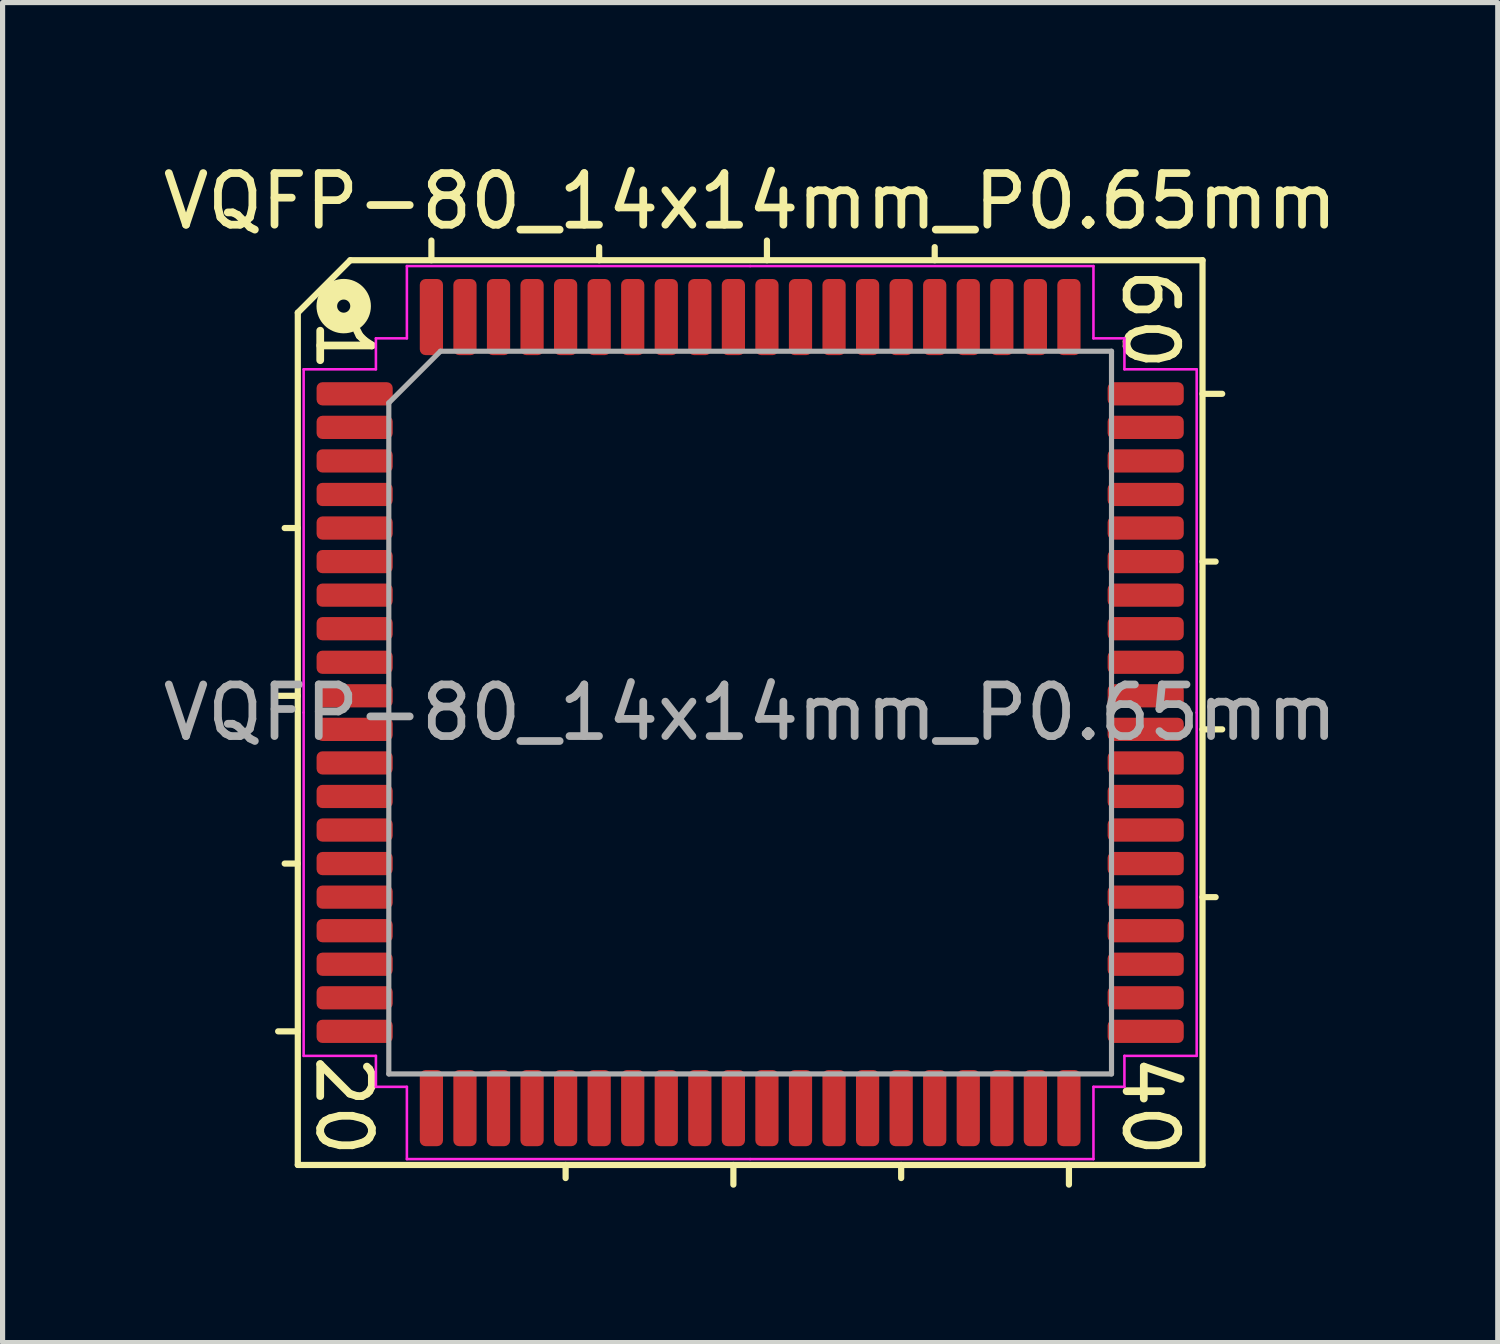
<source format=kicad_pcb>
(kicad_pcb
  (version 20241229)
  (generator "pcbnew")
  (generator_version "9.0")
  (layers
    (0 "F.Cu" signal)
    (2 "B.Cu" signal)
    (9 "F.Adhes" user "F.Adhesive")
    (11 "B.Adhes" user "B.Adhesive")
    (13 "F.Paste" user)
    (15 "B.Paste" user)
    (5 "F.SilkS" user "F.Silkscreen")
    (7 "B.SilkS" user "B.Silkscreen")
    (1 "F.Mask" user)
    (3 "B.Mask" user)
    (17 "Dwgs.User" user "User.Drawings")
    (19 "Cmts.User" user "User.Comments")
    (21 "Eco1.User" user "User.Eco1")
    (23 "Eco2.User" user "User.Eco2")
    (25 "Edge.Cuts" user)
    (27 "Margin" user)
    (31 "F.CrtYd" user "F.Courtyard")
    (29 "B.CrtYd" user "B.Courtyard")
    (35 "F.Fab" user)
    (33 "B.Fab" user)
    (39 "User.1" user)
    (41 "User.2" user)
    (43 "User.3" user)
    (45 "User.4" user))
  (footprint "VQFP-80_14x14mm_P0.65mm"
    (layer "F.Cu")
    (at 11.482 10.754)
    (property "Reference" "VQFP-80_14x14mm_P0.65mm" (at 0 -9.906 0) (layer "F.SilkS") (effects (font (size 1 1) (thickness 0.15))))
    (attr smd)
    (fp_line (start -8.763 -7.747) (end -8.763 8.763) (stroke (width 0.12) (type solid)) (layer "F.SilkS"))
    (fp_line (start -8.763 -3.575) (end -9.017 -3.575) (stroke (width 0.12) (type solid)) (layer "F.SilkS"))
    (fp_line (start -8.763 -0.325) (end -9.144 -0.325) (stroke (width 0.12) (type solid)) (layer "F.SilkS"))
    (fp_line (start -8.763 2.925) (end -9.017 2.925) (stroke (width 0.12) (type solid)) (layer "F.SilkS"))
    (fp_line (start -8.763 6.175) (end -9.144 6.175) (stroke (width 0.12) (type solid)) (layer "F.SilkS"))
    (fp_line (start -8.763 8.763) (end 8.763 8.763) (stroke (width 0.12) (type solid)) (layer "F.SilkS"))
    (fp_line (start -7.747 -8.763) (end -8.763 -7.747) (stroke (width 0.12) (type solid)) (layer "F.SilkS"))
    (fp_line (start -6.175 -8.763) (end -6.175 -9.144) (stroke (width 0.12) (type solid)) (layer "F.SilkS"))
    (fp_line (start -3.575 8.763) (end -3.575 9.017) (stroke (width 0.12) (type solid)) (layer "F.SilkS"))
    (fp_line (start -2.925 -8.763) (end -2.925 -9.017) (stroke (width 0.12) (type solid)) (layer "F.SilkS"))
    (fp_line (start -0.325 8.763) (end -0.325 9.144) (stroke (width 0.12) (type solid)) (layer "F.SilkS"))
    (fp_line (start 0.325 -8.763) (end 0.325 -9.144) (stroke (width 0.12) (type solid)) (layer "F.SilkS"))
    (fp_line (start 2.925 8.763) (end 2.925 9.017) (stroke (width 0.12) (type solid)) (layer "F.SilkS"))
    (fp_line (start 3.575 -8.763) (end 3.575 -9.017) (stroke (width 0.12) (type solid)) (layer "F.SilkS"))
    (fp_line (start 6.175 8.763) (end 6.175 9.144) (stroke (width 0.12) (type solid)) (layer "F.SilkS"))
    (fp_line (start 8.763 -8.763) (end -7.747 -8.763) (stroke (width 0.12) (type solid)) (layer "F.SilkS"))
    (fp_line (start 8.763 -6.175) (end 9.144 -6.175) (stroke (width 0.12) (type solid)) (layer "F.SilkS"))
    (fp_line (start 8.763 -2.925) (end 9.017 -2.925) (stroke (width 0.12) (type solid)) (layer "F.SilkS"))
    (fp_line (start 8.763 0.325) (end 9.144 0.325) (stroke (width 0.12) (type solid)) (layer "F.SilkS"))
    (fp_line (start 8.763 3.575) (end 9.017 3.575) (stroke (width 0.12) (type solid)) (layer "F.SilkS"))
    (fp_line (start 8.763 8.763) (end 8.763 -8.763) (stroke (width 0.12) (type solid)) (layer "F.SilkS"))
    (fp_circle (center -7.874 -7.874) (end -7.747 -7.874) (stroke (width 0.4) (type solid)) (fill no) (layer "F.SilkS"))
    (fp_line (start -8.65 -6.65) (end -8.65 0) (stroke (width 0.05) (type solid)) (layer "F.CrtYd"))
    (fp_line (start -8.65 6.65) (end -8.65 0) (stroke (width 0.05) (type solid)) (layer "F.CrtYd"))
    (fp_line (start -7.25 -7.25) (end -7.25 -6.65) (stroke (width 0.05) (type solid)) (layer "F.CrtYd"))
    (fp_line (start -7.25 -6.65) (end -8.65 -6.65) (stroke (width 0.05) (type solid)) (layer "F.CrtYd"))
    (fp_line (start -7.25 6.65) (end -8.65 6.65) (stroke (width 0.05) (type solid)) (layer "F.CrtYd"))
    (fp_line (start -7.25 7.25) (end -7.25 6.65) (stroke (width 0.05) (type solid)) (layer "F.CrtYd"))
    (fp_line (start -6.65 -8.65) (end -6.65 -7.25) (stroke (width 0.05) (type solid)) (layer "F.CrtYd"))
    (fp_line (start -6.65 -7.25) (end -7.25 -7.25) (stroke (width 0.05) (type solid)) (layer "F.CrtYd"))
    (fp_line (start -6.65 7.25) (end -7.25 7.25) (stroke (width 0.05) (type solid)) (layer "F.CrtYd"))
    (fp_line (start -6.65 8.65) (end -6.65 7.25) (stroke (width 0.05) (type solid)) (layer "F.CrtYd"))
    (fp_line (start 0 -8.65) (end -6.65 -8.65) (stroke (width 0.05) (type solid)) (layer "F.CrtYd"))
    (fp_line (start 0 -8.65) (end 6.65 -8.65) (stroke (width 0.05) (type solid)) (layer "F.CrtYd"))
    (fp_line (start 0 8.65) (end -6.65 8.65) (stroke (width 0.05) (type solid)) (layer "F.CrtYd"))
    (fp_line (start 0 8.65) (end 6.65 8.65) (stroke (width 0.05) (type solid)) (layer "F.CrtYd"))
    (fp_line (start 6.65 -8.65) (end 6.65 -7.25) (stroke (width 0.05) (type solid)) (layer "F.CrtYd"))
    (fp_line (start 6.65 -7.25) (end 7.25 -7.25) (stroke (width 0.05) (type solid)) (layer "F.CrtYd"))
    (fp_line (start 6.65 7.25) (end 7.25 7.25) (stroke (width 0.05) (type solid)) (layer "F.CrtYd"))
    (fp_line (start 6.65 8.65) (end 6.65 7.25) (stroke (width 0.05) (type solid)) (layer "F.CrtYd"))
    (fp_line (start 7.25 -7.25) (end 7.25 -6.65) (stroke (width 0.05) (type solid)) (layer "F.CrtYd"))
    (fp_line (start 7.25 -6.65) (end 8.65 -6.65) (stroke (width 0.05) (type solid)) (layer "F.CrtYd"))
    (fp_line (start 7.25 6.65) (end 8.65 6.65) (stroke (width 0.05) (type solid)) (layer "F.CrtYd"))
    (fp_line (start 7.25 7.25) (end 7.25 6.65) (stroke (width 0.05) (type solid)) (layer "F.CrtYd"))
    (fp_line (start 8.65 -6.65) (end 8.65 0) (stroke (width 0.05) (type solid)) (layer "F.CrtYd"))
    (fp_line (start 8.65 6.65) (end 8.65 0) (stroke (width 0.05) (type solid)) (layer "F.CrtYd"))
    (fp_line (start -7 -6) (end -6 -7) (stroke (width 0.1) (type solid)) (layer "F.Fab"))
    (fp_line (start -7 7) (end -7 -6) (stroke (width 0.1) (type solid)) (layer "F.Fab"))
    (fp_line (start -6 -7) (end 7 -7) (stroke (width 0.1) (type solid)) (layer "F.Fab"))
    (fp_line (start 7 -7) (end 7 7) (stroke (width 0.1) (type solid)) (layer "F.Fab"))
    (fp_line (start 7 7) (end -7 7) (stroke (width 0.1) (type solid)) (layer "F.Fab"))
    (fp_text user "40" (at 7.747 7.62 270) (unlocked yes) (layer "F.SilkS") (effects (font (size 1 1) (thickness 0.15))))
    (fp_text user "1" (at -7.874 -7.112 270) (unlocked yes) (layer "F.SilkS") (effects (font (size 1 1) (thickness 0.15))))
    (fp_text user "60" (at 7.747 -7.62 270) (unlocked yes) (layer "F.SilkS") (effects (font (size 1 1) (thickness 0.15))))
    (fp_text user "20" (at -7.874 7.62 270) (unlocked yes) (layer "F.SilkS") (effects (font (size 1 1) (thickness 0.15))))
    (fp_text user "${REFERENCE}" (at 0 0 0) (layer "F.Fab") (effects (font (size 1 1) (thickness 0.15))))
    (pad "1" smd roundrect (at -7.662 -6.175) (size 1.475 0.45) (layers "F.Cu" "F.Mask" "F.Paste") (roundrect_rratio 0.25))
    (pad "2" smd roundrect (at -7.662 -5.525) (size 1.475 0.45) (layers "F.Cu" "F.Mask" "F.Paste") (roundrect_rratio 0.25))
    (pad "3" smd roundrect (at -7.662 -4.875) (size 1.475 0.45) (layers "F.Cu" "F.Mask" "F.Paste") (roundrect_rratio 0.25))
    (pad "4" smd roundrect (at -7.662 -4.225) (size 1.475 0.45) (layers "F.Cu" "F.Mask" "F.Paste") (roundrect_rratio 0.25))
    (pad "5" smd roundrect (at -7.662 -3.575) (size 1.475 0.45) (layers "F.Cu" "F.Mask" "F.Paste") (roundrect_rratio 0.25))
    (pad "6" smd roundrect (at -7.662 -2.925) (size 1.475 0.45) (layers "F.Cu" "F.Mask" "F.Paste") (roundrect_rratio 0.25))
    (pad "7" smd roundrect (at -7.662 -2.275) (size 1.475 0.45) (layers "F.Cu" "F.Mask" "F.Paste") (roundrect_rratio 0.25))
    (pad "8" smd roundrect (at -7.662 -1.625) (size 1.475 0.45) (layers "F.Cu" "F.Mask" "F.Paste") (roundrect_rratio 0.25))
    (pad "9" smd roundrect (at -7.662 -0.975) (size 1.475 0.45) (layers "F.Cu" "F.Mask" "F.Paste") (roundrect_rratio 0.25))
    (pad "10" smd roundrect (at -7.662 -0.325) (size 1.475 0.45) (layers "F.Cu" "F.Mask" "F.Paste") (roundrect_rratio 0.25))
    (pad "11" smd roundrect (at -7.662 0.325) (size 1.475 0.45) (layers "F.Cu" "F.Mask" "F.Paste") (roundrect_rratio 0.25))
    (pad "12" smd roundrect (at -7.662 0.975) (size 1.475 0.45) (layers "F.Cu" "F.Mask" "F.Paste") (roundrect_rratio 0.25))
    (pad "13" smd roundrect (at -7.662 1.625) (size 1.475 0.45) (layers "F.Cu" "F.Mask" "F.Paste") (roundrect_rratio 0.25))
    (pad "14" smd roundrect (at -7.662 2.275) (size 1.475 0.45) (layers "F.Cu" "F.Mask" "F.Paste") (roundrect_rratio 0.25))
    (pad "15" smd roundrect (at -7.662 2.925) (size 1.475 0.45) (layers "F.Cu" "F.Mask" "F.Paste") (roundrect_rratio 0.25))
    (pad "16" smd roundrect (at -7.662 3.575) (size 1.475 0.45) (layers "F.Cu" "F.Mask" "F.Paste") (roundrect_rratio 0.25))
    (pad "17" smd roundrect (at -7.662 4.225) (size 1.475 0.45) (layers "F.Cu" "F.Mask" "F.Paste") (roundrect_rratio 0.25))
    (pad "18" smd roundrect (at -7.662 4.875) (size 1.475 0.45) (layers "F.Cu" "F.Mask" "F.Paste") (roundrect_rratio 0.25))
    (pad "19" smd roundrect (at -7.662 5.525) (size 1.475 0.45) (layers "F.Cu" "F.Mask" "F.Paste") (roundrect_rratio 0.25))
    (pad "20" smd roundrect (at -7.662 6.175) (size 1.475 0.45) (layers "F.Cu" "F.Mask" "F.Paste") (roundrect_rratio 0.25))
    (pad "21" smd roundrect (at -6.175 7.662) (size 0.45 1.475) (layers "F.Cu" "F.Mask" "F.Paste") (roundrect_rratio 0.25))
    (pad "22" smd roundrect (at -5.525 7.662) (size 0.45 1.475) (layers "F.Cu" "F.Mask" "F.Paste") (roundrect_rratio 0.25))
    (pad "23" smd roundrect (at -4.875 7.662) (size 0.45 1.475) (layers "F.Cu" "F.Mask" "F.Paste") (roundrect_rratio 0.25))
    (pad "24" smd roundrect (at -4.225 7.662) (size 0.45 1.475) (layers "F.Cu" "F.Mask" "F.Paste") (roundrect_rratio 0.25))
    (pad "25" smd roundrect (at -3.575 7.662) (size 0.45 1.475) (layers "F.Cu" "F.Mask" "F.Paste") (roundrect_rratio 0.25))
    (pad "26" smd roundrect (at -2.925 7.662) (size 0.45 1.475) (layers "F.Cu" "F.Mask" "F.Paste") (roundrect_rratio 0.25))
    (pad "27" smd roundrect (at -2.275 7.662) (size 0.45 1.475) (layers "F.Cu" "F.Mask" "F.Paste") (roundrect_rratio 0.25))
    (pad "28" smd roundrect (at -1.625 7.662) (size 0.45 1.475) (layers "F.Cu" "F.Mask" "F.Paste") (roundrect_rratio 0.25))
    (pad "29" smd roundrect (at -0.975 7.662) (size 0.45 1.475) (layers "F.Cu" "F.Mask" "F.Paste") (roundrect_rratio 0.25))
    (pad "30" smd roundrect (at -0.325 7.662) (size 0.45 1.475) (layers "F.Cu" "F.Mask" "F.Paste") (roundrect_rratio 0.25))
    (pad "31" smd roundrect (at 0.325 7.662) (size 0.45 1.475) (layers "F.Cu" "F.Mask" "F.Paste") (roundrect_rratio 0.25))
    (pad "32" smd roundrect (at 0.975 7.662) (size 0.45 1.475) (layers "F.Cu" "F.Mask" "F.Paste") (roundrect_rratio 0.25))
    (pad "33" smd roundrect (at 1.625 7.662) (size 0.45 1.475) (layers "F.Cu" "F.Mask" "F.Paste") (roundrect_rratio 0.25))
    (pad "34" smd roundrect (at 2.275 7.662) (size 0.45 1.475) (layers "F.Cu" "F.Mask" "F.Paste") (roundrect_rratio 0.25))
    (pad "35" smd roundrect (at 2.925 7.662) (size 0.45 1.475) (layers "F.Cu" "F.Mask" "F.Paste") (roundrect_rratio 0.25))
    (pad "36" smd roundrect (at 3.575 7.662) (size 0.45 1.475) (layers "F.Cu" "F.Mask" "F.Paste") (roundrect_rratio 0.25))
    (pad "37" smd roundrect (at 4.225 7.662) (size 0.45 1.475) (layers "F.Cu" "F.Mask" "F.Paste") (roundrect_rratio 0.25))
    (pad "38" smd roundrect (at 4.875 7.662) (size 0.45 1.475) (layers "F.Cu" "F.Mask" "F.Paste") (roundrect_rratio 0.25))
    (pad "39" smd roundrect (at 5.525 7.662) (size 0.45 1.475) (layers "F.Cu" "F.Mask" "F.Paste") (roundrect_rratio 0.25))
    (pad "40" smd roundrect (at 6.175 7.662) (size 0.45 1.475) (layers "F.Cu" "F.Mask" "F.Paste") (roundrect_rratio 0.25))
    (pad "41" smd roundrect (at 7.662 6.175) (size 1.475 0.45) (layers "F.Cu" "F.Mask" "F.Paste") (roundrect_rratio 0.25))
    (pad "42" smd roundrect (at 7.662 5.525) (size 1.475 0.45) (layers "F.Cu" "F.Mask" "F.Paste") (roundrect_rratio 0.25))
    (pad "43" smd roundrect (at 7.662 4.875) (size 1.475 0.45) (layers "F.Cu" "F.Mask" "F.Paste") (roundrect_rratio 0.25))
    (pad "44" smd roundrect (at 7.662 4.225) (size 1.475 0.45) (layers "F.Cu" "F.Mask" "F.Paste") (roundrect_rratio 0.25))
    (pad "45" smd roundrect (at 7.662 3.575) (size 1.475 0.45) (layers "F.Cu" "F.Mask" "F.Paste") (roundrect_rratio 0.25))
    (pad "46" smd roundrect (at 7.662 2.925) (size 1.475 0.45) (layers "F.Cu" "F.Mask" "F.Paste") (roundrect_rratio 0.25))
    (pad "47" smd roundrect (at 7.662 2.275) (size 1.475 0.45) (layers "F.Cu" "F.Mask" "F.Paste") (roundrect_rratio 0.25))
    (pad "48" smd roundrect (at 7.662 1.625) (size 1.475 0.45) (layers "F.Cu" "F.Mask" "F.Paste") (roundrect_rratio 0.25))
    (pad "49" smd roundrect (at 7.662 0.975) (size 1.475 0.45) (layers "F.Cu" "F.Mask" "F.Paste") (roundrect_rratio 0.25))
    (pad "50" smd roundrect (at 7.662 0.325) (size 1.475 0.45) (layers "F.Cu" "F.Mask" "F.Paste") (roundrect_rratio 0.25))
    (pad "51" smd roundrect (at 7.662 -0.325) (size 1.475 0.45) (layers "F.Cu" "F.Mask" "F.Paste") (roundrect_rratio 0.25))
    (pad "52" smd roundrect (at 7.662 -0.975) (size 1.475 0.45) (layers "F.Cu" "F.Mask" "F.Paste") (roundrect_rratio 0.25))
    (pad "53" smd roundrect (at 7.662 -1.625) (size 1.475 0.45) (layers "F.Cu" "F.Mask" "F.Paste") (roundrect_rratio 0.25))
    (pad "54" smd roundrect (at 7.662 -2.275) (size 1.475 0.45) (layers "F.Cu" "F.Mask" "F.Paste") (roundrect_rratio 0.25))
    (pad "55" smd roundrect (at 7.662 -2.925) (size 1.475 0.45) (layers "F.Cu" "F.Mask" "F.Paste") (roundrect_rratio 0.25))
    (pad "56" smd roundrect (at 7.662 -3.575) (size 1.475 0.45) (layers "F.Cu" "F.Mask" "F.Paste") (roundrect_rratio 0.25))
    (pad "57" smd roundrect (at 7.662 -4.225) (size 1.475 0.45) (layers "F.Cu" "F.Mask" "F.Paste") (roundrect_rratio 0.25))
    (pad "58" smd roundrect (at 7.662 -4.875) (size 1.475 0.45) (layers "F.Cu" "F.Mask" "F.Paste") (roundrect_rratio 0.25))
    (pad "59" smd roundrect (at 7.662 -5.525) (size 1.475 0.45) (layers "F.Cu" "F.Mask" "F.Paste") (roundrect_rratio 0.25))
    (pad "60" smd roundrect (at 7.662 -6.175) (size 1.475 0.45) (layers "F.Cu" "F.Mask" "F.Paste") (roundrect_rratio 0.25))
    (pad "61" smd roundrect (at 6.175 -7.662) (size 0.45 1.475) (layers "F.Cu" "F.Mask" "F.Paste") (roundrect_rratio 0.25))
    (pad "62" smd roundrect (at 5.525 -7.662) (size 0.45 1.475) (layers "F.Cu" "F.Mask" "F.Paste") (roundrect_rratio 0.25))
    (pad "63" smd roundrect (at 4.875 -7.662) (size 0.45 1.475) (layers "F.Cu" "F.Mask" "F.Paste") (roundrect_rratio 0.25))
    (pad "64" smd roundrect (at 4.225 -7.662) (size 0.45 1.475) (layers "F.Cu" "F.Mask" "F.Paste") (roundrect_rratio 0.25))
    (pad "65" smd roundrect (at 3.575 -7.662) (size 0.45 1.475) (layers "F.Cu" "F.Mask" "F.Paste") (roundrect_rratio 0.25))
    (pad "66" smd roundrect (at 2.925 -7.662) (size 0.45 1.475) (layers "F.Cu" "F.Mask" "F.Paste") (roundrect_rratio 0.25))
    (pad "67" smd roundrect (at 2.275 -7.662) (size 0.45 1.475) (layers "F.Cu" "F.Mask" "F.Paste") (roundrect_rratio 0.25))
    (pad "68" smd roundrect (at 1.625 -7.662) (size 0.45 1.475) (layers "F.Cu" "F.Mask" "F.Paste") (roundrect_rratio 0.25))
    (pad "69" smd roundrect (at 0.975 -7.662) (size 0.45 1.475) (layers "F.Cu" "F.Mask" "F.Paste") (roundrect_rratio 0.25))
    (pad "70" smd roundrect (at 0.325 -7.662) (size 0.45 1.475) (layers "F.Cu" "F.Mask" "F.Paste") (roundrect_rratio 0.25))
    (pad "71" smd roundrect (at -0.325 -7.662) (size 0.45 1.475) (layers "F.Cu" "F.Mask" "F.Paste") (roundrect_rratio 0.25))
    (pad "72" smd roundrect (at -0.975 -7.662) (size 0.45 1.475) (layers "F.Cu" "F.Mask" "F.Paste") (roundrect_rratio 0.25))
    (pad "73" smd roundrect (at -1.625 -7.662) (size 0.45 1.475) (layers "F.Cu" "F.Mask" "F.Paste") (roundrect_rratio 0.25))
    (pad "74" smd roundrect (at -2.275 -7.662) (size 0.45 1.475) (layers "F.Cu" "F.Mask" "F.Paste") (roundrect_rratio 0.25))
    (pad "75" smd roundrect (at -2.925 -7.662) (size 0.45 1.475) (layers "F.Cu" "F.Mask" "F.Paste") (roundrect_rratio 0.25))
    (pad "76" smd roundrect (at -3.575 -7.662) (size 0.45 1.475) (layers "F.Cu" "F.Mask" "F.Paste") (roundrect_rratio 0.25))
    (pad "77" smd roundrect (at -4.225 -7.662) (size 0.45 1.475) (layers "F.Cu" "F.Mask" "F.Paste") (roundrect_rratio 0.25))
    (pad "78" smd roundrect (at -4.875 -7.662) (size 0.45 1.475) (layers "F.Cu" "F.Mask" "F.Paste") (roundrect_rratio 0.25))
    (pad "79" smd roundrect (at -5.525 -7.662) (size 0.45 1.475) (layers "F.Cu" "F.Mask" "F.Paste") (roundrect_rratio 0.25))
    (pad "80" smd roundrect (at -6.175 -7.662) (size 0.45 1.475) (layers "F.Cu" "F.Mask" "F.Paste") (roundrect_rratio 0.25)))
  (gr_rect
    (start -3 -3)
    (end 25.964 22.958)
    (stroke (width 0.1) (type default))
    (fill no)
    (layer "Edge.Cuts")))
</source>
